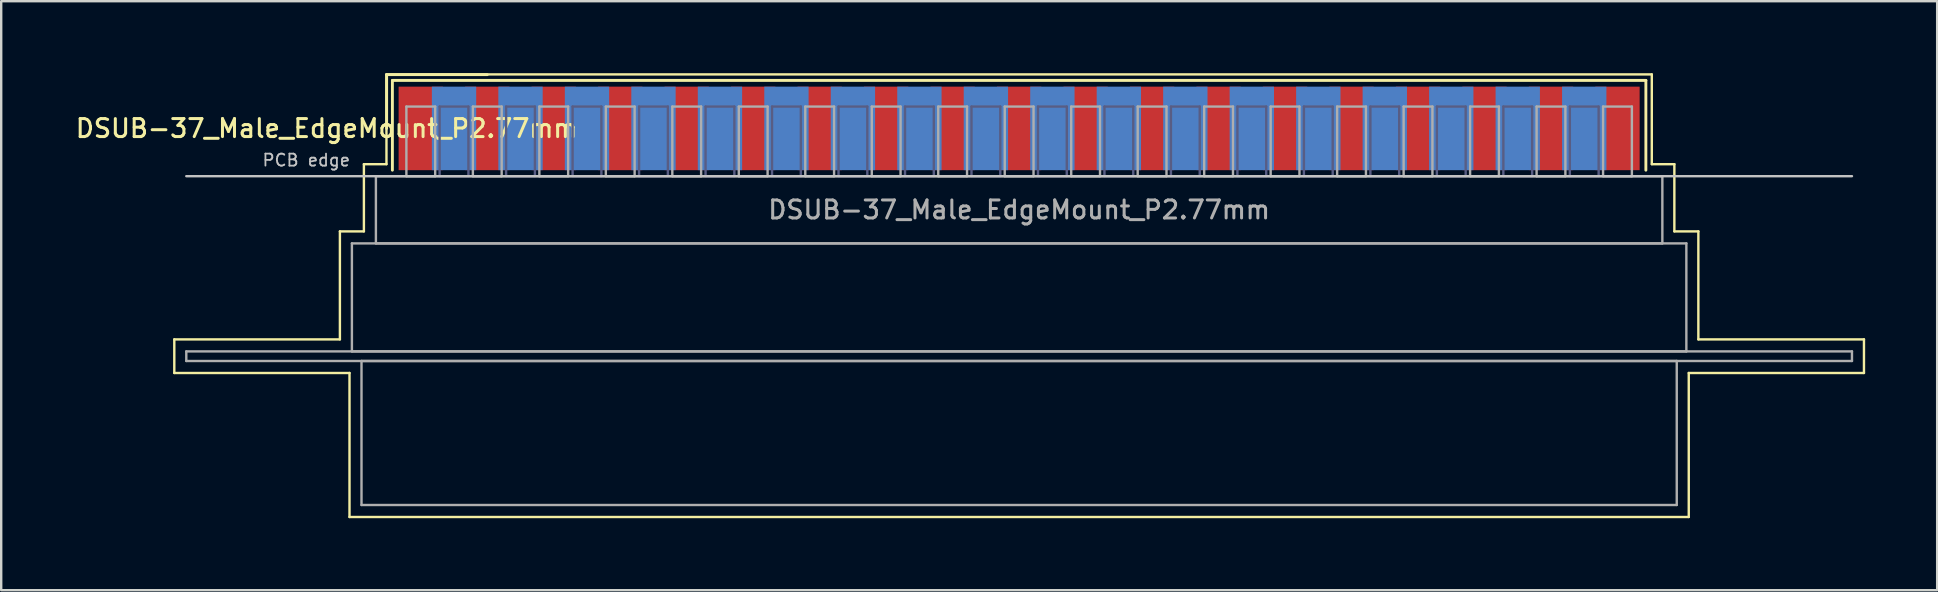
<source format=kicad_pcb>
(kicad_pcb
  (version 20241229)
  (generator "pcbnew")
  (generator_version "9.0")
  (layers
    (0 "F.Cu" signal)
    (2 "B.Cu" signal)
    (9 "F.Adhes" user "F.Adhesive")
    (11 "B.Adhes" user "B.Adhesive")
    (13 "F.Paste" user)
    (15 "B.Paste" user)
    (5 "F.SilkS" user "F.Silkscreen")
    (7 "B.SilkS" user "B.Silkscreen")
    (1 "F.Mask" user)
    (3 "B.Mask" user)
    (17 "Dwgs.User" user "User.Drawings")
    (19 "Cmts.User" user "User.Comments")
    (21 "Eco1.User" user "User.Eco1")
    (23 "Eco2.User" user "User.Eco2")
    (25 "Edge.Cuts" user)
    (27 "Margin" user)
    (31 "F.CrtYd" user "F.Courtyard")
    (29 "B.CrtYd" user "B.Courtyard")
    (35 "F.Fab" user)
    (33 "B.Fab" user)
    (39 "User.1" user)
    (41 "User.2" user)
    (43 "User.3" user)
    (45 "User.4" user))
  (footprint "DSUB-37_Male_EdgeMount_P2.77mm"
    (layer "F.Cu")
    (at 39.412 2.3)
    (property "Reference" "DSUB-37_Male_EdgeMount_P2.77mm" (at -28.853 0 0) (layer "F.SilkS") (effects (font (size 0.75 0.75) (thickness 0.125))))
    (attr smd)
    (fp_line (start -35.2 8.79) (end -28.3 8.79) (stroke (width 0.1) (type solid)) (layer "F.SilkS"))
    (fp_line (start -35.2 10.19) (end -35.2 8.79) (stroke (width 0.1) (type solid)) (layer "F.SilkS"))
    (fp_line (start -28.3 4.29) (end -27.3 4.29) (stroke (width 0.1) (type solid)) (layer "F.SilkS"))
    (fp_line (start -28.3 8.79) (end -28.3 4.29) (stroke (width 0.1) (type solid)) (layer "F.SilkS"))
    (fp_line (start -27.9 10.19) (end -35.2 10.19) (stroke (width 0.1) (type solid)) (layer "F.SilkS"))
    (fp_line (start -27.9 16.19) (end -27.9 10.19) (stroke (width 0.1) (type solid)) (layer "F.SilkS"))
    (fp_line (start -27.3 1.49) (end -26.36 1.49) (stroke (width 0.1) (type solid)) (layer "F.SilkS"))
    (fp_line (start -27.3 4.29) (end -27.3 1.49) (stroke (width 0.1) (type solid)) (layer "F.SilkS"))
    (fp_line (start -26.36 -2.25) (end 26.36 -2.25) (stroke (width 0.1) (type solid)) (layer "F.SilkS"))
    (fp_line (start -26.36 1.49) (end -26.36 -2.25) (stroke (width 0.1) (type solid)) (layer "F.SilkS"))
    (fp_line (start -26.353 -2.24) (end -22.16 -2.24) (stroke (width 0.12) (type solid)) (layer "F.SilkS"))
    (fp_line (start -26.353 0) (end -26.353 -2.24) (stroke (width 0.12) (type solid)) (layer "F.SilkS"))
    (fp_line (start -26.113 -2) (end -26.113 1.74) (stroke (width 0.12) (type solid)) (layer "F.SilkS"))
    (fp_line (start 26.113 -2) (end -26.113 -2) (stroke (width 0.12) (type solid)) (layer "F.SilkS"))
    (fp_line (start 26.113 1.74) (end 26.113 -2) (stroke (width 0.12) (type solid)) (layer "F.SilkS"))
    (fp_line (start 26.36 -2.25) (end 26.36 1.49) (stroke (width 0.1) (type solid)) (layer "F.SilkS"))
    (fp_line (start 26.36 1.49) (end 27.3 1.49) (stroke (width 0.1) (type solid)) (layer "F.SilkS"))
    (fp_line (start 27.3 1.49) (end 27.3 4.29) (stroke (width 0.1) (type solid)) (layer "F.SilkS"))
    (fp_line (start 27.3 4.29) (end 28.3 4.29) (stroke (width 0.1) (type solid)) (layer "F.SilkS"))
    (fp_line (start 27.9 10.19) (end 27.9 16.19) (stroke (width 0.1) (type solid)) (layer "F.SilkS"))
    (fp_line (start 27.9 16.19) (end -27.9 16.19) (stroke (width 0.1) (type solid)) (layer "F.SilkS"))
    (fp_line (start 28.3 4.29) (end 28.3 8.79) (stroke (width 0.1) (type solid)) (layer "F.SilkS"))
    (fp_line (start 28.3 8.79) (end 35.2 8.79) (stroke (width 0.1) (type solid)) (layer "F.SilkS"))
    (fp_line (start 35.2 8.79) (end 35.2 10.19) (stroke (width 0.1) (type solid)) (layer "F.SilkS"))
    (fp_line (start 35.2 10.19) (end 27.9 10.19) (stroke (width 0.1) (type solid)) (layer "F.SilkS"))
    (fp_line (start -34.7 1.99) (end 34.7 1.99) (stroke (width 0.1) (type solid)) (layer "Dwgs.User"))
    (fp_line (start -24.145 -0.91) (end -24.145 1.99) (stroke (width 0.1) (type solid)) (layer "B.Fab"))
    (fp_line (start -24.145 1.99) (end -22.945 1.99) (stroke (width 0.1) (type solid)) (layer "B.Fab"))
    (fp_line (start -22.945 -0.91) (end -24.145 -0.91) (stroke (width 0.1) (type solid)) (layer "B.Fab"))
    (fp_line (start -22.945 1.99) (end -22.945 -0.91) (stroke (width 0.1) (type solid)) (layer "B.Fab"))
    (fp_line (start -21.375 -0.91) (end -21.375 1.99) (stroke (width 0.1) (type solid)) (layer "B.Fab"))
    (fp_line (start -21.375 1.99) (end -20.175 1.99) (stroke (width 0.1) (type solid)) (layer "B.Fab"))
    (fp_line (start -20.175 -0.91) (end -21.375 -0.91) (stroke (width 0.1) (type solid)) (layer "B.Fab"))
    (fp_line (start -20.175 1.99) (end -20.175 -0.91) (stroke (width 0.1) (type solid)) (layer "B.Fab"))
    (fp_line (start -18.605 -0.91) (end -18.605 1.99) (stroke (width 0.1) (type solid)) (layer "B.Fab"))
    (fp_line (start -18.605 1.99) (end -17.405 1.99) (stroke (width 0.1) (type solid)) (layer "B.Fab"))
    (fp_line (start -17.405 -0.91) (end -18.605 -0.91) (stroke (width 0.1) (type solid)) (layer "B.Fab"))
    (fp_line (start -17.405 1.99) (end -17.405 -0.91) (stroke (width 0.1) (type solid)) (layer "B.Fab"))
    (fp_line (start -15.835 -0.91) (end -15.835 1.99) (stroke (width 0.1) (type solid)) (layer "B.Fab"))
    (fp_line (start -15.835 1.99) (end -14.635 1.99) (stroke (width 0.1) (type solid)) (layer "B.Fab"))
    (fp_line (start -14.635 -0.91) (end -15.835 -0.91) (stroke (width 0.1) (type solid)) (layer "B.Fab"))
    (fp_line (start -14.635 1.99) (end -14.635 -0.91) (stroke (width 0.1) (type solid)) (layer "B.Fab"))
    (fp_line (start -13.065 -0.91) (end -13.065 1.99) (stroke (width 0.1) (type solid)) (layer "B.Fab"))
    (fp_line (start -13.065 1.99) (end -11.865 1.99) (stroke (width 0.1) (type solid)) (layer "B.Fab"))
    (fp_line (start -11.865 -0.91) (end -13.065 -0.91) (stroke (width 0.1) (type solid)) (layer "B.Fab"))
    (fp_line (start -11.865 1.99) (end -11.865 -0.91) (stroke (width 0.1) (type solid)) (layer "B.Fab"))
    (fp_line (start -10.295 -0.91) (end -10.295 1.99) (stroke (width 0.1) (type solid)) (layer "B.Fab"))
    (fp_line (start -10.295 1.99) (end -9.095 1.99) (stroke (width 0.1) (type solid)) (layer "B.Fab"))
    (fp_line (start -9.095 -0.91) (end -10.295 -0.91) (stroke (width 0.1) (type solid)) (layer "B.Fab"))
    (fp_line (start -9.095 1.99) (end -9.095 -0.91) (stroke (width 0.1) (type solid)) (layer "B.Fab"))
    (fp_line (start -7.525 -0.91) (end -7.525 1.99) (stroke (width 0.1) (type solid)) (layer "B.Fab"))
    (fp_line (start -7.525 1.99) (end -6.325 1.99) (stroke (width 0.1) (type solid)) (layer "B.Fab"))
    (fp_line (start -6.325 -0.91) (end -7.525 -0.91) (stroke (width 0.1) (type solid)) (layer "B.Fab"))
    (fp_line (start -6.325 1.99) (end -6.325 -0.91) (stroke (width 0.1) (type solid)) (layer "B.Fab"))
    (fp_line (start -4.755 -0.91) (end -4.755 1.99) (stroke (width 0.1) (type solid)) (layer "B.Fab"))
    (fp_line (start -4.755 1.99) (end -3.555 1.99) (stroke (width 0.1) (type solid)) (layer "B.Fab"))
    (fp_line (start -3.555 -0.91) (end -4.755 -0.91) (stroke (width 0.1) (type solid)) (layer "B.Fab"))
    (fp_line (start -3.555 1.99) (end -3.555 -0.91) (stroke (width 0.1) (type solid)) (layer "B.Fab"))
    (fp_line (start -1.985 -0.91) (end -1.985 1.99) (stroke (width 0.1) (type solid)) (layer "B.Fab"))
    (fp_line (start -1.985 1.99) (end -0.785 1.99) (stroke (width 0.1) (type solid)) (layer "B.Fab"))
    (fp_line (start -0.785 -0.91) (end -1.985 -0.91) (stroke (width 0.1) (type solid)) (layer "B.Fab"))
    (fp_line (start -0.785 1.99) (end -0.785 -0.91) (stroke (width 0.1) (type solid)) (layer "B.Fab"))
    (fp_line (start 0.785 -0.91) (end 0.785 1.99) (stroke (width 0.1) (type solid)) (layer "B.Fab"))
    (fp_line (start 0.785 1.99) (end 1.985 1.99) (stroke (width 0.1) (type solid)) (layer "B.Fab"))
    (fp_line (start 1.985 -0.91) (end 0.785 -0.91) (stroke (width 0.1) (type solid)) (layer "B.Fab"))
    (fp_line (start 1.985 1.99) (end 1.985 -0.91) (stroke (width 0.1) (type solid)) (layer "B.Fab"))
    (fp_line (start 3.555 -0.91) (end 3.555 1.99) (stroke (width 0.1) (type solid)) (layer "B.Fab"))
    (fp_line (start 3.555 1.99) (end 4.755 1.99) (stroke (width 0.1) (type solid)) (layer "B.Fab"))
    (fp_line (start 4.755 -0.91) (end 3.555 -0.91) (stroke (width 0.1) (type solid)) (layer "B.Fab"))
    (fp_line (start 4.755 1.99) (end 4.755 -0.91) (stroke (width 0.1) (type solid)) (layer "B.Fab"))
    (fp_line (start 6.325 -0.91) (end 6.325 1.99) (stroke (width 0.1) (type solid)) (layer "B.Fab"))
    (fp_line (start 6.325 1.99) (end 7.525 1.99) (stroke (width 0.1) (type solid)) (layer "B.Fab"))
    (fp_line (start 7.525 -0.91) (end 6.325 -0.91) (stroke (width 0.1) (type solid)) (layer "B.Fab"))
    (fp_line (start 7.525 1.99) (end 7.525 -0.91) (stroke (width 0.1) (type solid)) (layer "B.Fab"))
    (fp_line (start 9.095 -0.91) (end 9.095 1.99) (stroke (width 0.1) (type solid)) (layer "B.Fab"))
    (fp_line (start 9.095 1.99) (end 10.295 1.99) (stroke (width 0.1) (type solid)) (layer "B.Fab"))
    (fp_line (start 10.295 -0.91) (end 9.095 -0.91) (stroke (width 0.1) (type solid)) (layer "B.Fab"))
    (fp_line (start 10.295 1.99) (end 10.295 -0.91) (stroke (width 0.1) (type solid)) (layer "B.Fab"))
    (fp_line (start 11.865 -0.91) (end 11.865 1.99) (stroke (width 0.1) (type solid)) (layer "B.Fab"))
    (fp_line (start 11.865 1.99) (end 13.065 1.99) (stroke (width 0.1) (type solid)) (layer "B.Fab"))
    (fp_line (start 13.065 -0.91) (end 11.865 -0.91) (stroke (width 0.1) (type solid)) (layer "B.Fab"))
    (fp_line (start 13.065 1.99) (end 13.065 -0.91) (stroke (width 0.1) (type solid)) (layer "B.Fab"))
    (fp_line (start 14.635 -0.91) (end 14.635 1.99) (stroke (width 0.1) (type solid)) (layer "B.Fab"))
    (fp_line (start 14.635 1.99) (end 15.835 1.99) (stroke (width 0.1) (type solid)) (layer "B.Fab"))
    (fp_line (start 15.835 -0.91) (end 14.635 -0.91) (stroke (width 0.1) (type solid)) (layer "B.Fab"))
    (fp_line (start 15.835 1.99) (end 15.835 -0.91) (stroke (width 0.1) (type solid)) (layer "B.Fab"))
    (fp_line (start 17.405 -0.91) (end 17.405 1.99) (stroke (width 0.1) (type solid)) (layer "B.Fab"))
    (fp_line (start 17.405 1.99) (end 18.605 1.99) (stroke (width 0.1) (type solid)) (layer "B.Fab"))
    (fp_line (start 18.605 -0.91) (end 17.405 -0.91) (stroke (width 0.1) (type solid)) (layer "B.Fab"))
    (fp_line (start 18.605 1.99) (end 18.605 -0.91) (stroke (width 0.1) (type solid)) (layer "B.Fab"))
    (fp_line (start 20.175 -0.91) (end 20.175 1.99) (stroke (width 0.1) (type solid)) (layer "B.Fab"))
    (fp_line (start 20.175 1.99) (end 21.375 1.99) (stroke (width 0.1) (type solid)) (layer "B.Fab"))
    (fp_line (start 21.375 -0.91) (end 20.175 -0.91) (stroke (width 0.1) (type solid)) (layer "B.Fab"))
    (fp_line (start 21.375 1.99) (end 21.375 -0.91) (stroke (width 0.1) (type solid)) (layer "B.Fab"))
    (fp_line (start 22.945 -0.91) (end 22.945 1.99) (stroke (width 0.1) (type solid)) (layer "B.Fab"))
    (fp_line (start 22.945 1.99) (end 24.145 1.99) (stroke (width 0.1) (type solid)) (layer "B.Fab"))
    (fp_line (start 24.145 -0.91) (end 22.945 -0.91) (stroke (width 0.1) (type solid)) (layer "B.Fab"))
    (fp_line (start 24.145 1.99) (end 24.145 -0.91) (stroke (width 0.1) (type solid)) (layer "B.Fab"))
    (fp_line (start -34.7 9.29) (end -34.7 9.69) (stroke (width 0.1) (type solid)) (layer "F.Fab"))
    (fp_line (start -34.7 9.69) (end 34.7 9.69) (stroke (width 0.1) (type solid)) (layer "F.Fab"))
    (fp_line (start -27.8 4.79) (end -27.8 9.29) (stroke (width 0.1) (type solid)) (layer "F.Fab"))
    (fp_line (start -27.8 9.29) (end 27.8 9.29) (stroke (width 0.1) (type solid)) (layer "F.Fab"))
    (fp_line (start -27.4 9.69) (end -27.4 15.69) (stroke (width 0.1) (type solid)) (layer "F.Fab"))
    (fp_line (start -27.4 15.69) (end 27.4 15.69) (stroke (width 0.1) (type solid)) (layer "F.Fab"))
    (fp_line (start -26.8 1.99) (end -26.8 4.79) (stroke (width 0.1) (type solid)) (layer "F.Fab"))
    (fp_line (start -26.8 4.79) (end 26.8 4.79) (stroke (width 0.1) (type solid)) (layer "F.Fab"))
    (fp_line (start -25.53 -0.91) (end -25.53 1.99) (stroke (width 0.1) (type solid)) (layer "F.Fab"))
    (fp_line (start -25.53 1.99) (end -24.33 1.99) (stroke (width 0.1) (type solid)) (layer "F.Fab"))
    (fp_line (start -24.33 -0.91) (end -25.53 -0.91) (stroke (width 0.1) (type solid)) (layer "F.Fab"))
    (fp_line (start -24.33 1.99) (end -24.33 -0.91) (stroke (width 0.1) (type solid)) (layer "F.Fab"))
    (fp_line (start -22.76 -0.91) (end -22.76 1.99) (stroke (width 0.1) (type solid)) (layer "F.Fab"))
    (fp_line (start -22.76 1.99) (end -21.56 1.99) (stroke (width 0.1) (type solid)) (layer "F.Fab"))
    (fp_line (start -21.56 -0.91) (end -22.76 -0.91) (stroke (width 0.1) (type solid)) (layer "F.Fab"))
    (fp_line (start -21.56 1.99) (end -21.56 -0.91) (stroke (width 0.1) (type solid)) (layer "F.Fab"))
    (fp_line (start -19.99 -0.91) (end -19.99 1.99) (stroke (width 0.1) (type solid)) (layer "F.Fab"))
    (fp_line (start -19.99 1.99) (end -18.79 1.99) (stroke (width 0.1) (type solid)) (layer "F.Fab"))
    (fp_line (start -18.79 -0.91) (end -19.99 -0.91) (stroke (width 0.1) (type solid)) (layer "F.Fab"))
    (fp_line (start -18.79 1.99) (end -18.79 -0.91) (stroke (width 0.1) (type solid)) (layer "F.Fab"))
    (fp_line (start -17.22 -0.91) (end -17.22 1.99) (stroke (width 0.1) (type solid)) (layer "F.Fab"))
    (fp_line (start -17.22 1.99) (end -16.02 1.99) (stroke (width 0.1) (type solid)) (layer "F.Fab"))
    (fp_line (start -16.02 -0.91) (end -17.22 -0.91) (stroke (width 0.1) (type solid)) (layer "F.Fab"))
    (fp_line (start -16.02 1.99) (end -16.02 -0.91) (stroke (width 0.1) (type solid)) (layer "F.Fab"))
    (fp_line (start -14.45 -0.91) (end -14.45 1.99) (stroke (width 0.1) (type solid)) (layer "F.Fab"))
    (fp_line (start -14.45 1.99) (end -13.25 1.99) (stroke (width 0.1) (type solid)) (layer "F.Fab"))
    (fp_line (start -13.25 -0.91) (end -14.45 -0.91) (stroke (width 0.1) (type solid)) (layer "F.Fab"))
    (fp_line (start -13.25 1.99) (end -13.25 -0.91) (stroke (width 0.1) (type solid)) (layer "F.Fab"))
    (fp_line (start -11.68 -0.91) (end -11.68 1.99) (stroke (width 0.1) (type solid)) (layer "F.Fab"))
    (fp_line (start -11.68 1.99) (end -10.48 1.99) (stroke (width 0.1) (type solid)) (layer "F.Fab"))
    (fp_line (start -10.48 -0.91) (end -11.68 -0.91) (stroke (width 0.1) (type solid)) (layer "F.Fab"))
    (fp_line (start -10.48 1.99) (end -10.48 -0.91) (stroke (width 0.1) (type solid)) (layer "F.Fab"))
    (fp_line (start -8.91 -0.91) (end -8.91 1.99) (stroke (width 0.1) (type solid)) (layer "F.Fab"))
    (fp_line (start -8.91 1.99) (end -7.71 1.99) (stroke (width 0.1) (type solid)) (layer "F.Fab"))
    (fp_line (start -7.71 -0.91) (end -8.91 -0.91) (stroke (width 0.1) (type solid)) (layer "F.Fab"))
    (fp_line (start -7.71 1.99) (end -7.71 -0.91) (stroke (width 0.1) (type solid)) (layer "F.Fab"))
    (fp_line (start -6.14 -0.91) (end -6.14 1.99) (stroke (width 0.1) (type solid)) (layer "F.Fab"))
    (fp_line (start -6.14 1.99) (end -4.94 1.99) (stroke (width 0.1) (type solid)) (layer "F.Fab"))
    (fp_line (start -4.94 -0.91) (end -6.14 -0.91) (stroke (width 0.1) (type solid)) (layer "F.Fab"))
    (fp_line (start -4.94 1.99) (end -4.94 -0.91) (stroke (width 0.1) (type solid)) (layer "F.Fab"))
    (fp_line (start -3.37 -0.91) (end -3.37 1.99) (stroke (width 0.1) (type solid)) (layer "F.Fab"))
    (fp_line (start -3.37 1.99) (end -2.17 1.99) (stroke (width 0.1) (type solid)) (layer "F.Fab"))
    (fp_line (start -2.17 -0.91) (end -3.37 -0.91) (stroke (width 0.1) (type solid)) (layer "F.Fab"))
    (fp_line (start -2.17 1.99) (end -2.17 -0.91) (stroke (width 0.1) (type solid)) (layer "F.Fab"))
    (fp_line (start -0.6 -0.91) (end -0.6 1.99) (stroke (width 0.1) (type solid)) (layer "F.Fab"))
    (fp_line (start -0.6 1.99) (end 0.6 1.99) (stroke (width 0.1) (type solid)) (layer "F.Fab"))
    (fp_line (start 0.6 -0.91) (end -0.6 -0.91) (stroke (width 0.1) (type solid)) (layer "F.Fab"))
    (fp_line (start 0.6 1.99) (end 0.6 -0.91) (stroke (width 0.1) (type solid)) (layer "F.Fab"))
    (fp_line (start 2.17 -0.91) (end 2.17 1.99) (stroke (width 0.1) (type solid)) (layer "F.Fab"))
    (fp_line (start 2.17 1.99) (end 3.37 1.99) (stroke (width 0.1) (type solid)) (layer "F.Fab"))
    (fp_line (start 3.37 -0.91) (end 2.17 -0.91) (stroke (width 0.1) (type solid)) (layer "F.Fab"))
    (fp_line (start 3.37 1.99) (end 3.37 -0.91) (stroke (width 0.1) (type solid)) (layer "F.Fab"))
    (fp_line (start 4.94 -0.91) (end 4.94 1.99) (stroke (width 0.1) (type solid)) (layer "F.Fab"))
    (fp_line (start 4.94 1.99) (end 6.14 1.99) (stroke (width 0.1) (type solid)) (layer "F.Fab"))
    (fp_line (start 6.14 -0.91) (end 4.94 -0.91) (stroke (width 0.1) (type solid)) (layer "F.Fab"))
    (fp_line (start 6.14 1.99) (end 6.14 -0.91) (stroke (width 0.1) (type solid)) (layer "F.Fab"))
    (fp_line (start 7.71 -0.91) (end 7.71 1.99) (stroke (width 0.1) (type solid)) (layer "F.Fab"))
    (fp_line (start 7.71 1.99) (end 8.91 1.99) (stroke (width 0.1) (type solid)) (layer "F.Fab"))
    (fp_line (start 8.91 -0.91) (end 7.71 -0.91) (stroke (width 0.1) (type solid)) (layer "F.Fab"))
    (fp_line (start 8.91 1.99) (end 8.91 -0.91) (stroke (width 0.1) (type solid)) (layer "F.Fab"))
    (fp_line (start 10.48 -0.91) (end 10.48 1.99) (stroke (width 0.1) (type solid)) (layer "F.Fab"))
    (fp_line (start 10.48 1.99) (end 11.68 1.99) (stroke (width 0.1) (type solid)) (layer "F.Fab"))
    (fp_line (start 11.68 -0.91) (end 10.48 -0.91) (stroke (width 0.1) (type solid)) (layer "F.Fab"))
    (fp_line (start 11.68 1.99) (end 11.68 -0.91) (stroke (width 0.1) (type solid)) (layer "F.Fab"))
    (fp_line (start 13.25 -0.91) (end 13.25 1.99) (stroke (width 0.1) (type solid)) (layer "F.Fab"))
    (fp_line (start 13.25 1.99) (end 14.45 1.99) (stroke (width 0.1) (type solid)) (layer "F.Fab"))
    (fp_line (start 14.45 -0.91) (end 13.25 -0.91) (stroke (width 0.1) (type solid)) (layer "F.Fab"))
    (fp_line (start 14.45 1.99) (end 14.45 -0.91) (stroke (width 0.1) (type solid)) (layer "F.Fab"))
    (fp_line (start 16.02 -0.91) (end 16.02 1.99) (stroke (width 0.1) (type solid)) (layer "F.Fab"))
    (fp_line (start 16.02 1.99) (end 17.22 1.99) (stroke (width 0.1) (type solid)) (layer "F.Fab"))
    (fp_line (start 17.22 -0.91) (end 16.02 -0.91) (stroke (width 0.1) (type solid)) (layer "F.Fab"))
    (fp_line (start 17.22 1.99) (end 17.22 -0.91) (stroke (width 0.1) (type solid)) (layer "F.Fab"))
    (fp_line (start 18.79 -0.91) (end 18.79 1.99) (stroke (width 0.1) (type solid)) (layer "F.Fab"))
    (fp_line (start 18.79 1.99) (end 19.99 1.99) (stroke (width 0.1) (type solid)) (layer "F.Fab"))
    (fp_line (start 19.99 -0.91) (end 18.79 -0.91) (stroke (width 0.1) (type solid)) (layer "F.Fab"))
    (fp_line (start 19.99 1.99) (end 19.99 -0.91) (stroke (width 0.1) (type solid)) (layer "F.Fab"))
    (fp_line (start 21.56 -0.91) (end 21.56 1.99) (stroke (width 0.1) (type solid)) (layer "F.Fab"))
    (fp_line (start 21.56 1.99) (end 22.76 1.99) (stroke (width 0.1) (type solid)) (layer "F.Fab"))
    (fp_line (start 22.76 -0.91) (end 21.56 -0.91) (stroke (width 0.1) (type solid)) (layer "F.Fab"))
    (fp_line (start 22.76 1.99) (end 22.76 -0.91) (stroke (width 0.1) (type solid)) (layer "F.Fab"))
    (fp_line (start 24.33 -0.91) (end 24.33 1.99) (stroke (width 0.1) (type solid)) (layer "F.Fab"))
    (fp_line (start 24.33 1.99) (end 25.53 1.99) (stroke (width 0.1) (type solid)) (layer "F.Fab"))
    (fp_line (start 25.53 -0.91) (end 24.33 -0.91) (stroke (width 0.1) (type solid)) (layer "F.Fab"))
    (fp_line (start 25.53 1.99) (end 25.53 -0.91) (stroke (width 0.1) (type solid)) (layer "F.Fab"))
    (fp_line (start 26.8 1.99) (end -26.8 1.99) (stroke (width 0.1) (type solid)) (layer "F.Fab"))
    (fp_line (start 26.8 4.79) (end 26.8 1.99) (stroke (width 0.1) (type solid)) (layer "F.Fab"))
    (fp_line (start 27.4 9.69) (end -27.4 9.69) (stroke (width 0.1) (type solid)) (layer "F.Fab"))
    (fp_line (start 27.4 15.69) (end 27.4 9.69) (stroke (width 0.1) (type solid)) (layer "F.Fab"))
    (fp_line (start 27.8 4.79) (end -27.8 4.79) (stroke (width 0.1) (type solid)) (layer "F.Fab"))
    (fp_line (start 27.8 9.29) (end 27.8 4.79) (stroke (width 0.1) (type solid)) (layer "F.Fab"))
    (fp_line (start 34.7 9.29) (end -34.7 9.29) (stroke (width 0.1) (type solid)) (layer "F.Fab"))
    (fp_line (start 34.7 9.69) (end 34.7 9.29) (stroke (width 0.1) (type solid)) (layer "F.Fab"))
    (fp_text user "PCB edge" (at -29.7 1.323 0) (layer "Dwgs.User") (effects (font (size 0.5 0.5) (thickness 0.075))))
    (fp_text user "${REFERENCE}" (at 0 3.39 0) (layer "F.Fab") (effects (font (size 0.75 0.75) (thickness 0.125))))
    (pad "1" smd rect (at -24.93 0) (size 1.847 3.48) (layers "F.Cu" "F.Mask" "F.Paste"))
    (pad "2" smd rect (at -22.16 0) (size 1.847 3.48) (layers "F.Cu" "F.Mask" "F.Paste"))
    (pad "3" smd rect (at -19.39 0) (size 1.847 3.48) (layers "F.Cu" "F.Mask" "F.Paste"))
    (pad "4" smd rect (at -16.62 0) (size 1.847 3.48) (layers "F.Cu" "F.Mask" "F.Paste"))
    (pad "5" smd rect (at -13.85 0) (size 1.847 3.48) (layers "F.Cu" "F.Mask" "F.Paste"))
    (pad "6" smd rect (at -11.08 0) (size 1.847 3.48) (layers "F.Cu" "F.Mask" "F.Paste"))
    (pad "7" smd rect (at -8.31 0) (size 1.847 3.48) (layers "F.Cu" "F.Mask" "F.Paste"))
    (pad "8" smd rect (at -5.54 0) (size 1.847 3.48) (layers "F.Cu" "F.Mask" "F.Paste"))
    (pad "9" smd rect (at -2.77 0) (size 1.847 3.48) (layers "F.Cu" "F.Mask" "F.Paste"))
    (pad "10" smd rect (at 0 0) (size 1.847 3.48) (layers "F.Cu" "F.Mask" "F.Paste"))
    (pad "11" smd rect (at 2.77 0) (size 1.847 3.48) (layers "F.Cu" "F.Mask" "F.Paste"))
    (pad "12" smd rect (at 5.54 0) (size 1.847 3.48) (layers "F.Cu" "F.Mask" "F.Paste"))
    (pad "13" smd rect (at 8.31 0) (size 1.847 3.48) (layers "F.Cu" "F.Mask" "F.Paste"))
    (pad "14" smd rect (at 11.08 0) (size 1.847 3.48) (layers "F.Cu" "F.Mask" "F.Paste"))
    (pad "15" smd rect (at 13.85 0) (size 1.847 3.48) (layers "F.Cu" "F.Mask" "F.Paste"))
    (pad "16" smd rect (at 16.62 0) (size 1.847 3.48) (layers "F.Cu" "F.Mask" "F.Paste"))
    (pad "17" smd rect (at 19.39 0) (size 1.847 3.48) (layers "F.Cu" "F.Mask" "F.Paste"))
    (pad "18" smd rect (at 22.16 0) (size 1.847 3.48) (layers "F.Cu" "F.Mask" "F.Paste"))
    (pad "19" smd rect (at 24.93 0) (size 1.847 3.48) (layers "F.Cu" "F.Mask" "F.Paste"))
    (pad "20" smd rect (at -23.545 0) (size 1.847 3.48) (layers "B.Cu" "B.Mask" "B.Paste"))
    (pad "21" smd rect (at -20.775 0) (size 1.847 3.48) (layers "B.Cu" "B.Mask" "B.Paste"))
    (pad "22" smd rect (at -18.005 0) (size 1.847 3.48) (layers "B.Cu" "B.Mask" "B.Paste"))
    (pad "23" smd rect (at -15.235 0) (size 1.847 3.48) (layers "B.Cu" "B.Mask" "B.Paste"))
    (pad "24" smd rect (at -12.465 0) (size 1.847 3.48) (layers "B.Cu" "B.Mask" "B.Paste"))
    (pad "25" smd rect (at -9.695 0) (size 1.847 3.48) (layers "B.Cu" "B.Mask" "B.Paste"))
    (pad "26" smd rect (at -6.925 0) (size 1.847 3.48) (layers "B.Cu" "B.Mask" "B.Paste"))
    (pad "27" smd rect (at -4.155 0) (size 1.847 3.48) (layers "B.Cu" "B.Mask" "B.Paste"))
    (pad "28" smd rect (at -1.385 0) (size 1.847 3.48) (layers "B.Cu" "B.Mask" "B.Paste"))
    (pad "29" smd rect (at 1.385 0) (size 1.847 3.48) (layers "B.Cu" "B.Mask" "B.Paste"))
    (pad "30" smd rect (at 4.155 0) (size 1.847 3.48) (layers "B.Cu" "B.Mask" "B.Paste"))
    (pad "31" smd rect (at 6.925 0) (size 1.847 3.48) (layers "B.Cu" "B.Mask" "B.Paste"))
    (pad "32" smd rect (at 9.695 0) (size 1.847 3.48) (layers "B.Cu" "B.Mask" "B.Paste"))
    (pad "33" smd rect (at 12.465 0) (size 1.847 3.48) (layers "B.Cu" "B.Mask" "B.Paste"))
    (pad "34" smd rect (at 15.235 0) (size 1.847 3.48) (layers "B.Cu" "B.Mask" "B.Paste"))
    (pad "35" smd rect (at 18.005 0) (size 1.847 3.48) (layers "B.Cu" "B.Mask" "B.Paste"))
    (pad "36" smd rect (at 20.775 0) (size 1.847 3.48) (layers "B.Cu" "B.Mask" "B.Paste"))
    (pad "37" smd rect (at 23.545 0) (size 1.847 3.48) (layers "B.Cu" "B.Mask" "B.Paste")))
  (gr_rect
    (start -3 -3)
    (end 77.662 21.54)
    (stroke (width 0.1) (type default))
    (fill no)
    (layer "Edge.Cuts")))
</source>
